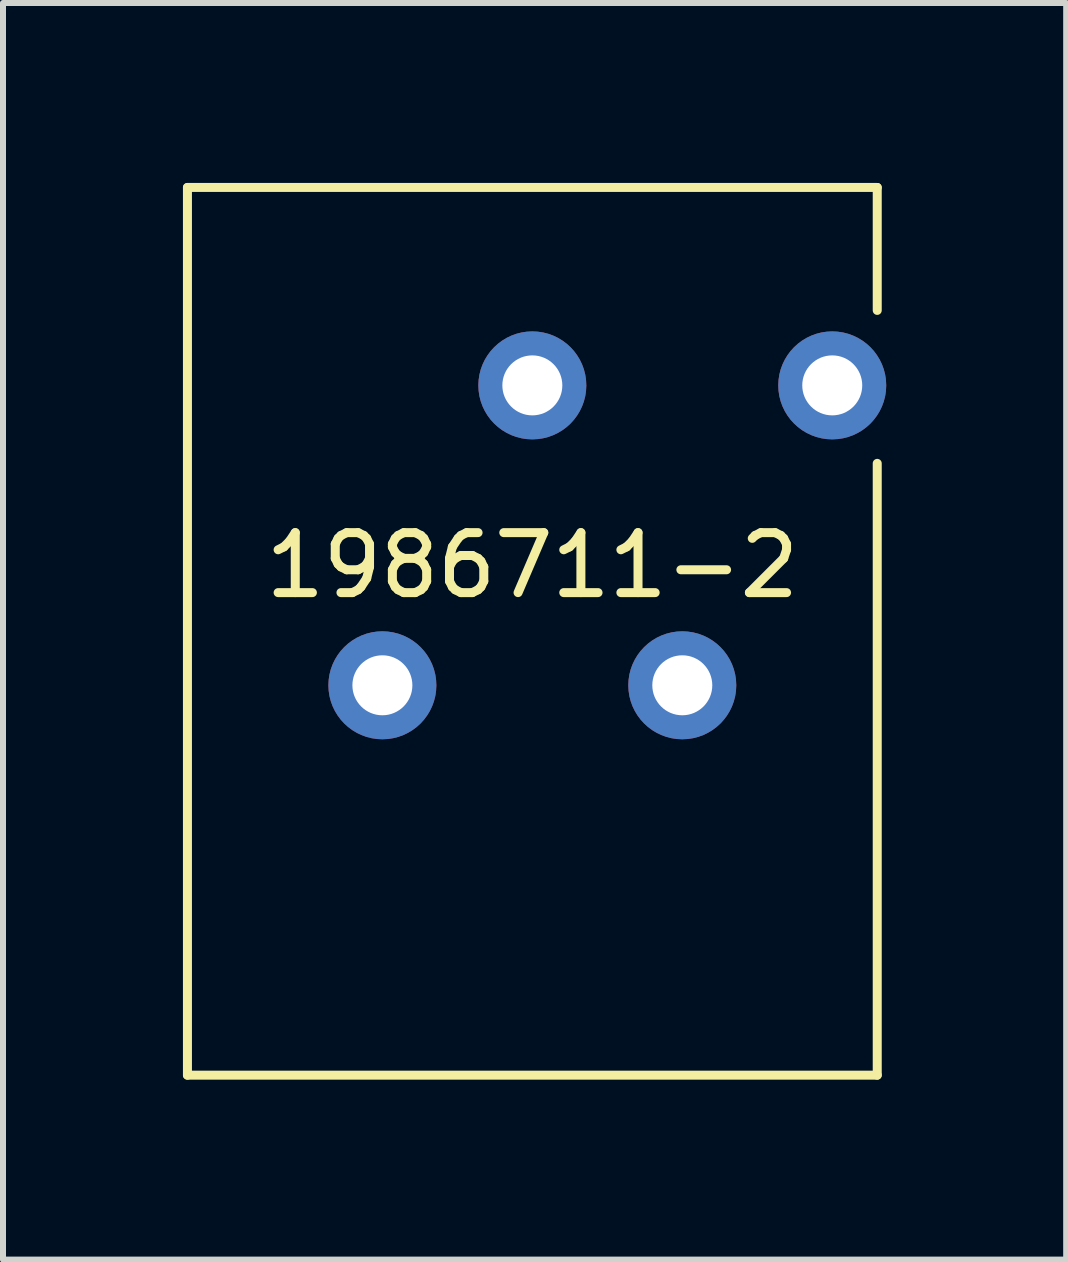
<source format=kicad_pcb>
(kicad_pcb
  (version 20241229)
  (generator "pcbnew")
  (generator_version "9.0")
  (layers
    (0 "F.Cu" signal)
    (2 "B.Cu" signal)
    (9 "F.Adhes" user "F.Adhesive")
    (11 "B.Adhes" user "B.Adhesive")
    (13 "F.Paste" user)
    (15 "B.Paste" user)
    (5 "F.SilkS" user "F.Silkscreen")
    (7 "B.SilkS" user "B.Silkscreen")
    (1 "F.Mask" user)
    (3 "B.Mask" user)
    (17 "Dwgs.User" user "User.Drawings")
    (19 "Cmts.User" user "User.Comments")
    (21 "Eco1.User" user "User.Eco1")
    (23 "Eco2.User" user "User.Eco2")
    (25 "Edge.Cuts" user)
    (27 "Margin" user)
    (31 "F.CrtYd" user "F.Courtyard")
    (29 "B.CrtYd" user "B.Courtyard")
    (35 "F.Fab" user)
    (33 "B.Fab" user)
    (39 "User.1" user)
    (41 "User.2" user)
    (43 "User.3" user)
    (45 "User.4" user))
  (footprint "1986711-2"
    (layer "F.Cu")
    (at 5.825 5.875)
    (property "Reference" "1986711-2" (at 0 0.5 0) (layer "F.SilkS") (effects (font (size 1 1) (thickness 0.15))))
    (attr through_hole)
    (fp_line (start -5.75 -5.8) (end -5.75 9) (stroke (width 0.15) (type solid)) (layer "F.SilkS"))
    (fp_line (start -5.75 9) (end 5.75 9) (stroke (width 0.15) (type solid)) (layer "F.SilkS"))
    (fp_line (start 5.75 -5.8) (end -5.75 -5.8) (stroke (width 0.15) (type solid)) (layer "F.SilkS"))
    (fp_line (start 5.75 -5.8) (end 5.75 -3.75) (stroke (width 0.15) (type solid)) (layer "F.SilkS"))
    (fp_line (start 5.75 9) (end 5.75 -1.2) (stroke (width 0.15) (type solid)) (layer "F.SilkS"))
    (pad "1" thru_hole circle (at -2.5 2.5) (size 1.8 1.8) (drill 1) (layers "*.Cu" "*.Mask"))
    (pad "1" thru_hole circle (at 0 -2.5) (size 1.8 1.8) (drill 1) (layers "*.Cu" "*.Mask"))
    (pad "2" thru_hole circle (at 2.5 2.5) (size 1.8 1.8) (drill 1) (layers "*.Cu" "*.Mask"))
    (pad "2" thru_hole circle (at 5 -2.5) (size 1.8 1.8) (drill 1) (layers "*.Cu" "*.Mask")))
  (gr_rect
    (start -3 -3)
    (end 14.725 17.95)
    (stroke (width 0.1) (type default))
    (fill no)
    (layer "Edge.Cuts")))
</source>
